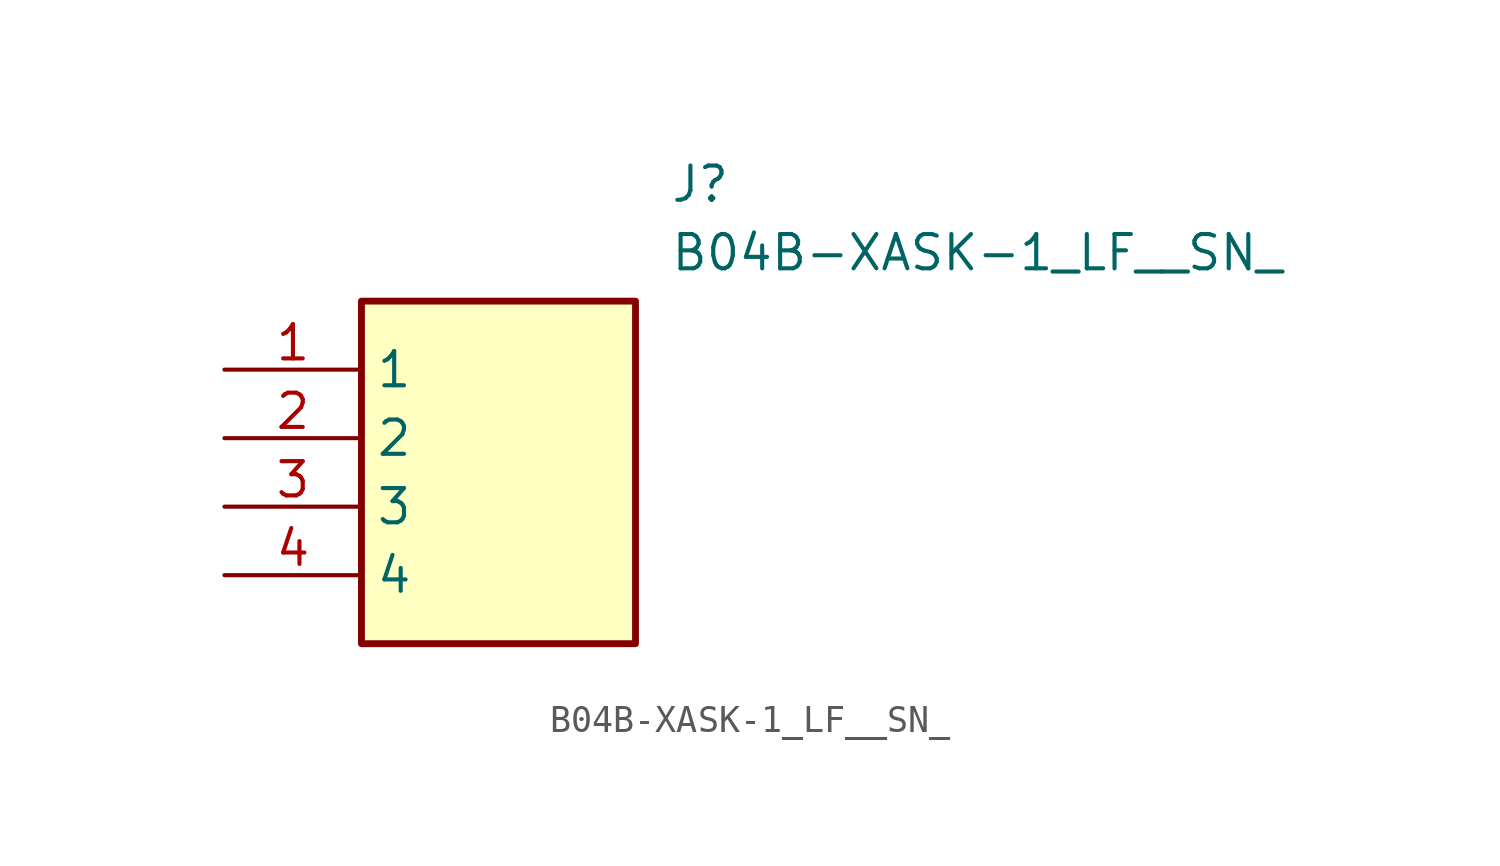
<source format=kicad_sym>
(kicad_symbol_lib
  (version 20211014)
  (generator SamacSys_ECAD_Model)
  (symbol "B04B-XASK-1_LF__SN_"
    (property "Reference" "J"
      (at 16.51 7.62 0)
      (effects (font (size 1.27 1.27)) (justify left top)))
    (property "Value" "B04B-XASK-1_LF__SN_"
      (at 16.51 5.08 0)
      (effects (font (size 1.27 1.27)) (justify left top)))
    (rectangle
      (start 5.08 2.54)
      (end 15.24 -10.16)
      (stroke (width 0.254) (type default))
      (fill (type background)))
    (pin passive line
      (at 0 0 0)
      (length 5.08)
      (name "1" (effects (font (size 1.27 1.27))))
      (number "1" (effects (font (size 1.27 1.27)))))
    (pin passive line
      (at 0 -2.54 0)
      (length 5.08)
      (name "2" (effects (font (size 1.27 1.27))))
      (number "2" (effects (font (size 1.27 1.27)))))
    (pin passive line
      (at 0 -5.08 0)
      (length 5.08)
      (name "3" (effects (font (size 1.27 1.27))))
      (number "3" (effects (font (size 1.27 1.27)))))
    (pin passive line
      (at 0 -7.62 0)
      (length 5.08)
      (name "4" (effects (font (size 1.27 1.27))))
      (number "4" (effects (font (size 1.27 1.27)))))))
</source>
